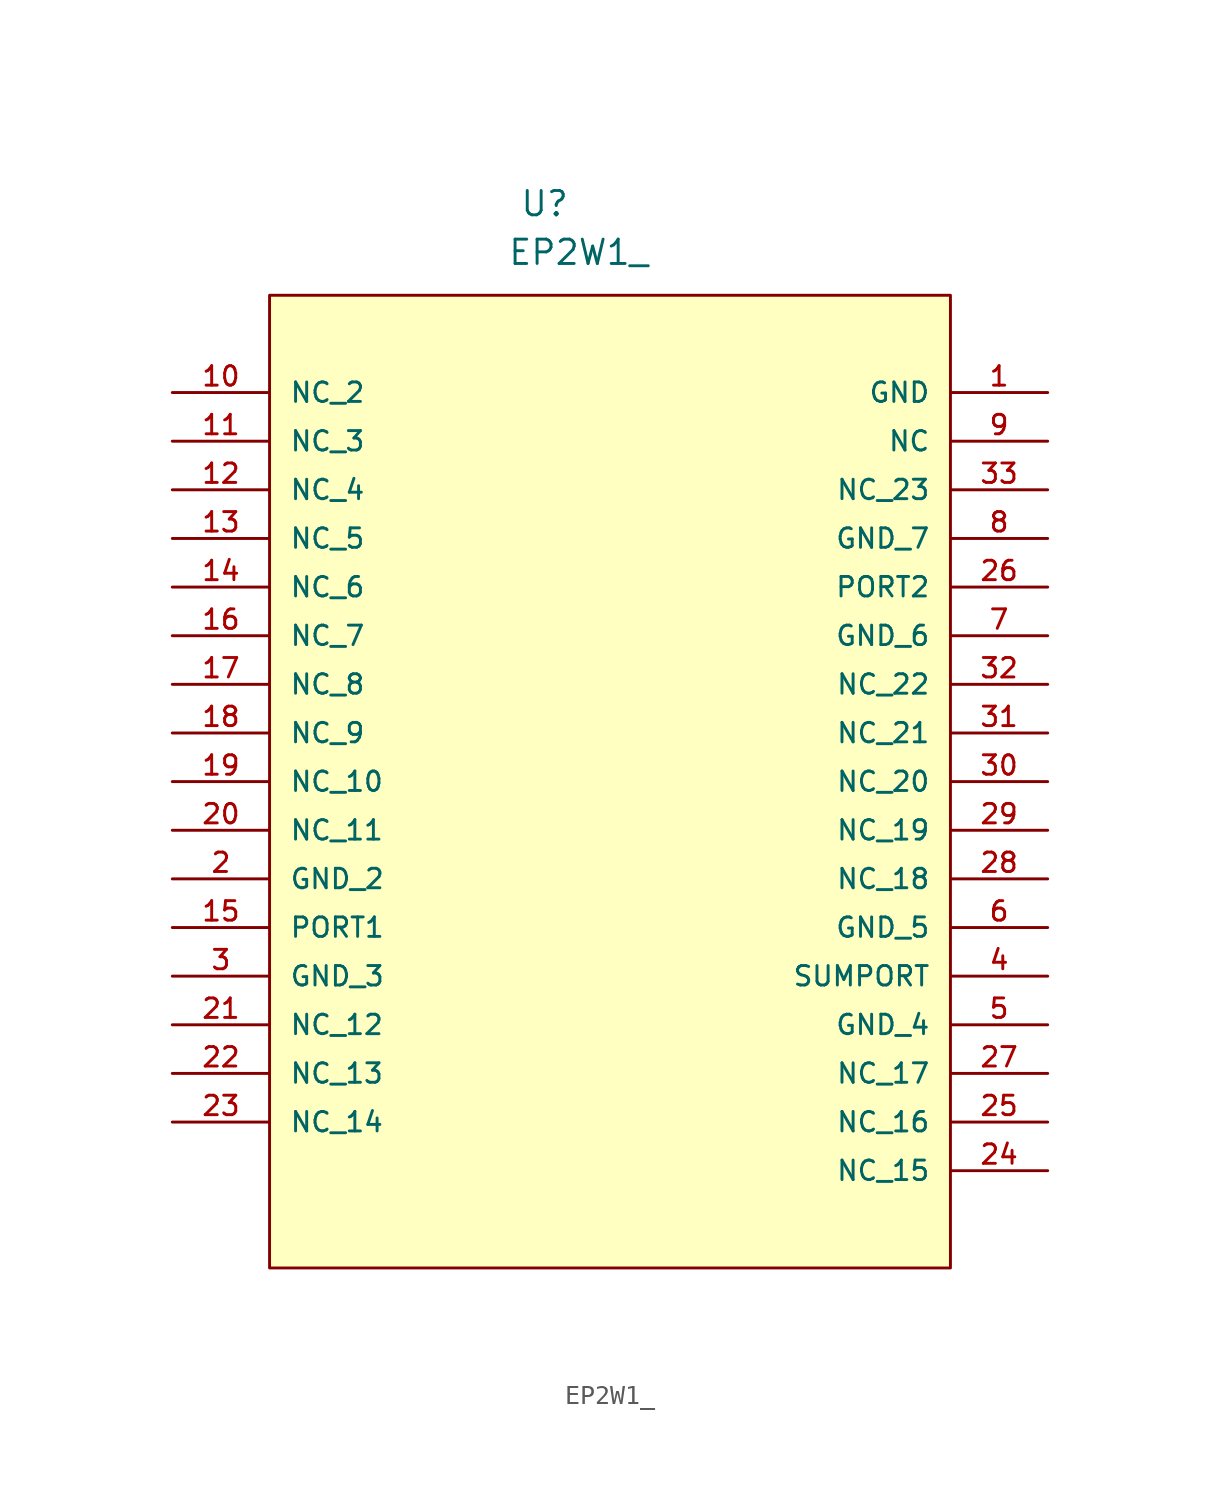
<source format=kicad_sym>
(kicad_symbol_lib
  (version 20211014)
  (generator kicad_symbol_editor)
  (symbol "EP2W1_"
    (pin_names
      (offset 1.016))
    (property "Reference" "U"
      (at 20.676 9.119 0.0)
      (effects (font (size 1.27 1.27)) (justify bottom left)))
    (property "Value" "EP2W1_"
      (at 20.041 6.579 0.0)
      (effects (font (size 1.27 1.27)) (justify bottom left)))
    (symbol "EP2W1__0_0"
      (rectangle (start 7.62 -45.72) (end 43.18 5.08) (stroke (width 0.152)) (fill (type background)))
      (pin bidirectional line (at 2.54 0.0 0) (length 5.08) (name "NC_2" (effects (font (size 1.016 1.016)))) (number "10" (effects (font (size 1.016 1.016)))))
      (pin bidirectional line (at 2.54 -2.54 0) (length 5.08) (name "NC_3" (effects (font (size 1.016 1.016)))) (number "11" (effects (font (size 1.016 1.016)))))
      (pin bidirectional line (at 2.54 -5.08 0) (length 5.08) (name "NC_4" (effects (font (size 1.016 1.016)))) (number "12" (effects (font (size 1.016 1.016)))))
      (pin bidirectional line (at 2.54 -7.62 0) (length 5.08) (name "NC_5" (effects (font (size 1.016 1.016)))) (number "13" (effects (font (size 1.016 1.016)))))
      (pin bidirectional line (at 2.54 -10.16 0) (length 5.08) (name "NC_6" (effects (font (size 1.016 1.016)))) (number "14" (effects (font (size 1.016 1.016)))))
      (pin bidirectional line (at 2.54 -12.7 0) (length 5.08) (name "NC_7" (effects (font (size 1.016 1.016)))) (number "16" (effects (font (size 1.016 1.016)))))
      (pin bidirectional line (at 2.54 -15.24 0) (length 5.08) (name "NC_8" (effects (font (size 1.016 1.016)))) (number "17" (effects (font (size 1.016 1.016)))))
      (pin bidirectional line (at 2.54 -17.78 0) (length 5.08) (name "NC_9" (effects (font (size 1.016 1.016)))) (number "18" (effects (font (size 1.016 1.016)))))
      (pin bidirectional line (at 2.54 -20.32 0) (length 5.08) (name "NC_10" (effects (font (size 1.016 1.016)))) (number "19" (effects (font (size 1.016 1.016)))))
      (pin bidirectional line (at 2.54 -22.86 0) (length 5.08) (name "NC_11" (effects (font (size 1.016 1.016)))) (number "20" (effects (font (size 1.016 1.016)))))
      (pin bidirectional line (at 2.54 -25.4 0) (length 5.08) (name "GND_2" (effects (font (size 1.016 1.016)))) (number "2" (effects (font (size 1.016 1.016)))))
      (pin bidirectional line (at 2.54 -27.94 0) (length 5.08) (name "PORT1" (effects (font (size 1.016 1.016)))) (number "15" (effects (font (size 1.016 1.016)))))
      (pin bidirectional line (at 2.54 -30.48 0) (length 5.08) (name "GND_3" (effects (font (size 1.016 1.016)))) (number "3" (effects (font (size 1.016 1.016)))))
      (pin bidirectional line (at 2.54 -33.02 0) (length 5.08) (name "NC_12" (effects (font (size 1.016 1.016)))) (number "21" (effects (font (size 1.016 1.016)))))
      (pin bidirectional line (at 2.54 -35.56 0) (length 5.08) (name "NC_13" (effects (font (size 1.016 1.016)))) (number "22" (effects (font (size 1.016 1.016)))))
      (pin bidirectional line (at 2.54 -38.1 0) (length 5.08) (name "NC_14" (effects (font (size 1.016 1.016)))) (number "23" (effects (font (size 1.016 1.016)))))
      (pin bidirectional line (at 48.26 -40.64 180.0) (length 5.08) (name "NC_15" (effects (font (size 1.016 1.016)))) (number "24" (effects (font (size 1.016 1.016)))))
      (pin bidirectional line (at 48.26 -38.1 180.0) (length 5.08) (name "NC_16" (effects (font (size 1.016 1.016)))) (number "25" (effects (font (size 1.016 1.016)))))
      (pin bidirectional line (at 48.26 -35.56 180.0) (length 5.08) (name "NC_17" (effects (font (size 1.016 1.016)))) (number "27" (effects (font (size 1.016 1.016)))))
      (pin bidirectional line (at 48.26 -33.02 180.0) (length 5.08) (name "GND_4" (effects (font (size 1.016 1.016)))) (number "5" (effects (font (size 1.016 1.016)))))
      (pin bidirectional line (at 48.26 -30.48 180.0) (length 5.08) (name "SUMPORT" (effects (font (size 1.016 1.016)))) (number "4" (effects (font (size 1.016 1.016)))))
      (pin bidirectional line (at 48.26 -27.94 180.0) (length 5.08) (name "GND_5" (effects (font (size 1.016 1.016)))) (number "6" (effects (font (size 1.016 1.016)))))
      (pin bidirectional line (at 48.26 -25.4 180.0) (length 5.08) (name "NC_18" (effects (font (size 1.016 1.016)))) (number "28" (effects (font (size 1.016 1.016)))))
      (pin bidirectional line (at 48.26 -22.86 180.0) (length 5.08) (name "NC_19" (effects (font (size 1.016 1.016)))) (number "29" (effects (font (size 1.016 1.016)))))
      (pin bidirectional line (at 48.26 -20.32 180.0) (length 5.08) (name "NC_20" (effects (font (size 1.016 1.016)))) (number "30" (effects (font (size 1.016 1.016)))))
      (pin bidirectional line (at 48.26 -17.78 180.0) (length 5.08) (name "NC_21" (effects (font (size 1.016 1.016)))) (number "31" (effects (font (size 1.016 1.016)))))
      (pin bidirectional line (at 48.26 -15.24 180.0) (length 5.08) (name "NC_22" (effects (font (size 1.016 1.016)))) (number "32" (effects (font (size 1.016 1.016)))))
      (pin bidirectional line (at 48.26 -12.7 180.0) (length 5.08) (name "GND_6" (effects (font (size 1.016 1.016)))) (number "7" (effects (font (size 1.016 1.016)))))
      (pin bidirectional line (at 48.26 -10.16 180.0) (length 5.08) (name "PORT2" (effects (font (size 1.016 1.016)))) (number "26" (effects (font (size 1.016 1.016)))))
      (pin bidirectional line (at 48.26 -7.62 180.0) (length 5.08) (name "GND_7" (effects (font (size 1.016 1.016)))) (number "8" (effects (font (size 1.016 1.016)))))
      (pin bidirectional line (at 48.26 -5.08 180.0) (length 5.08) (name "NC_23" (effects (font (size 1.016 1.016)))) (number "33" (effects (font (size 1.016 1.016)))))
      (pin bidirectional line (at 48.26 -2.54 180.0) (length 5.08) (name "NC" (effects (font (size 1.016 1.016)))) (number "9" (effects (font (size 1.016 1.016)))))
      (pin bidirectional line (at 48.26 0.0 180.0) (length 5.08) (name "GND" (effects (font (size 1.016 1.016)))) (number "1" (effects (font (size 1.016 1.016))))))))
</source>
